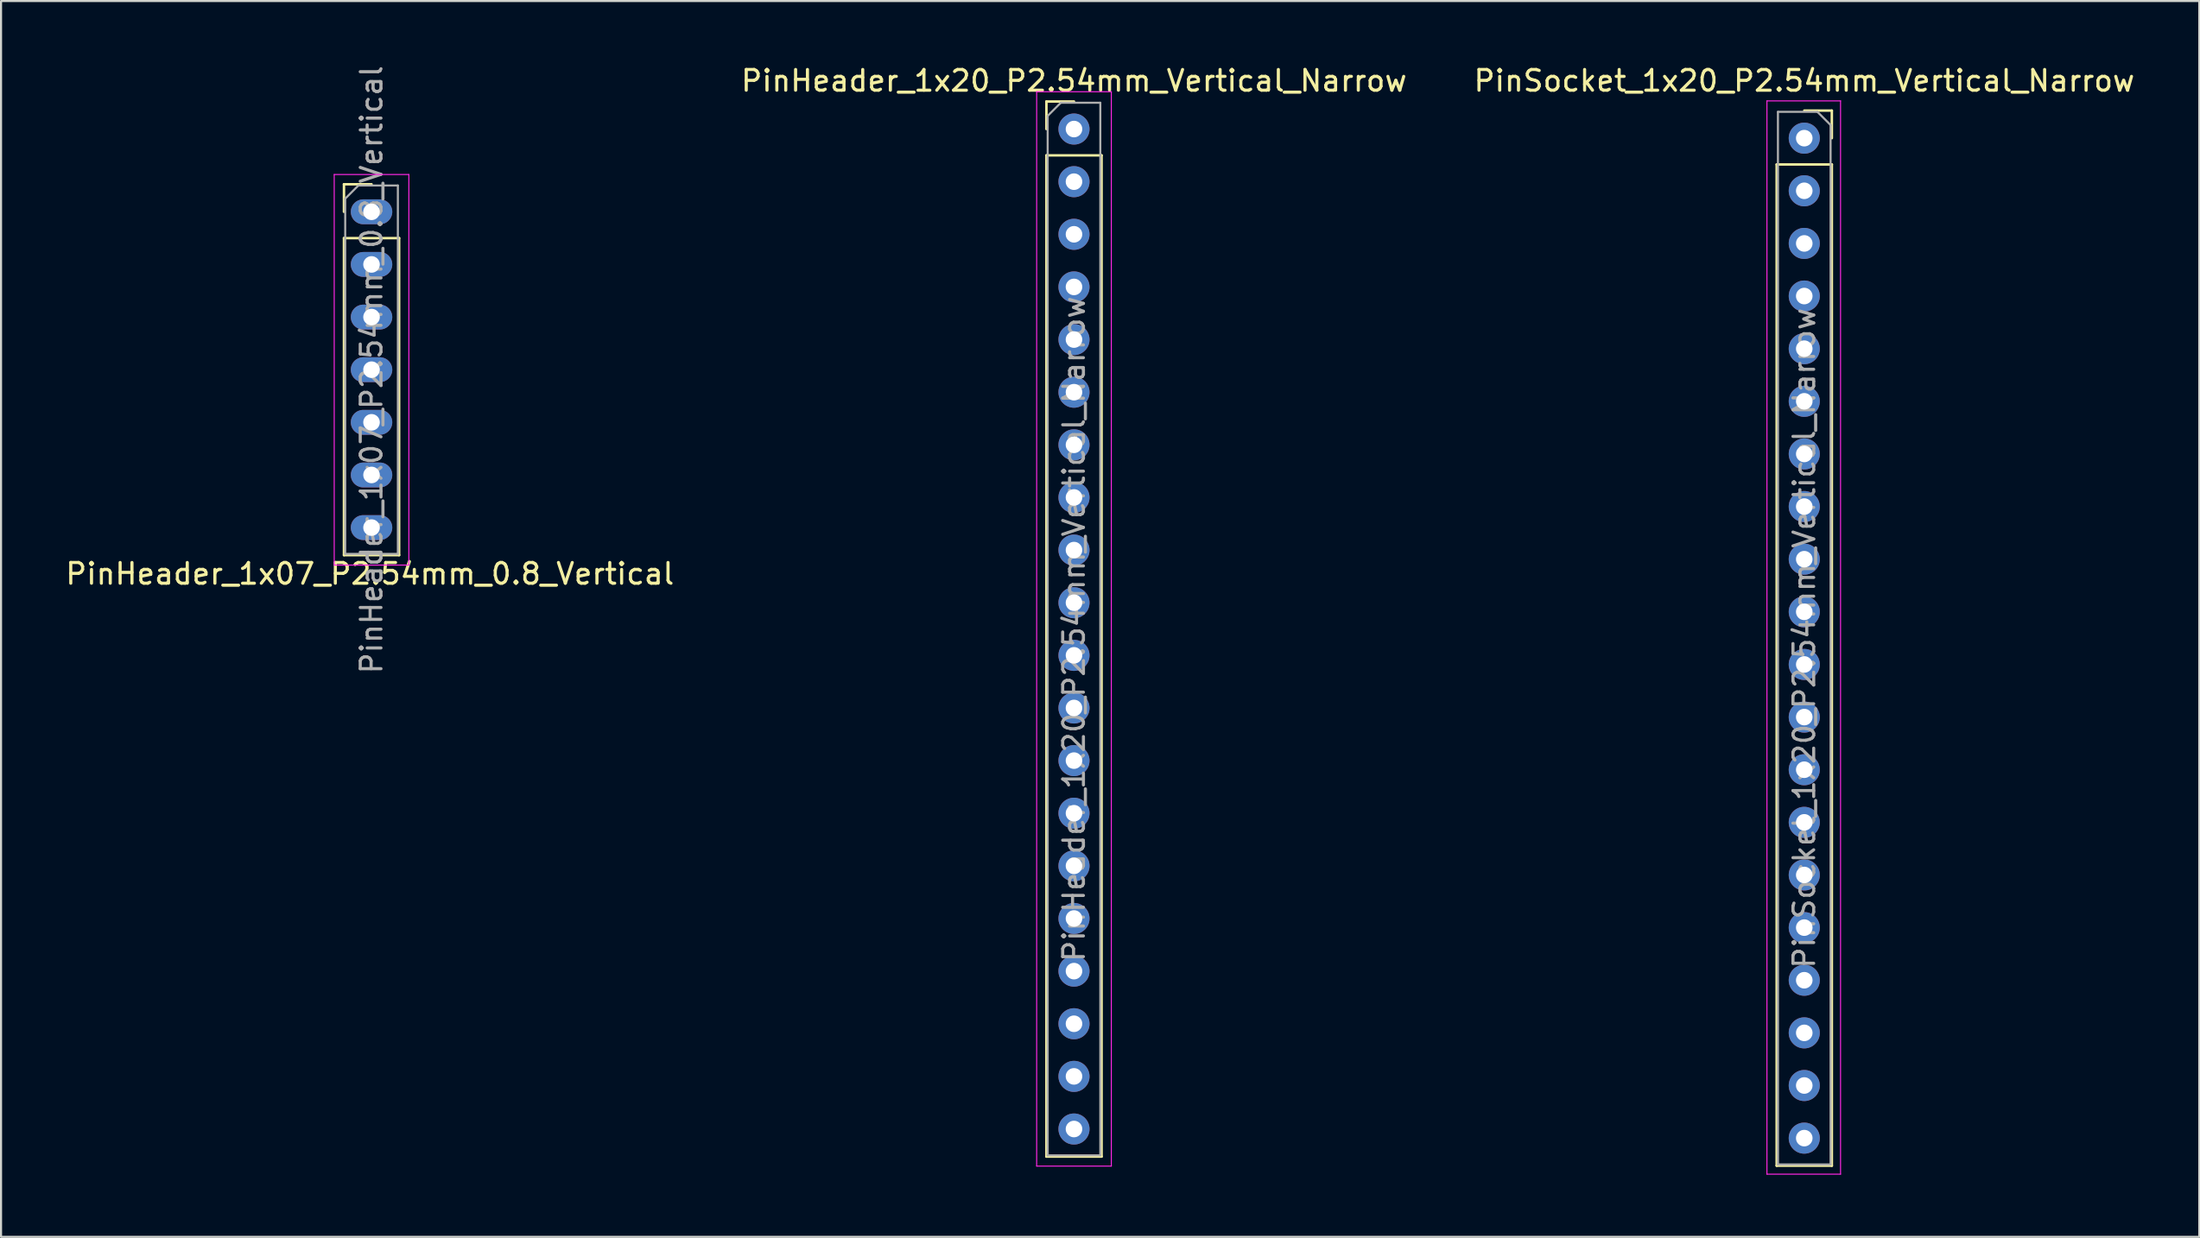
<source format=kicad_pcb>
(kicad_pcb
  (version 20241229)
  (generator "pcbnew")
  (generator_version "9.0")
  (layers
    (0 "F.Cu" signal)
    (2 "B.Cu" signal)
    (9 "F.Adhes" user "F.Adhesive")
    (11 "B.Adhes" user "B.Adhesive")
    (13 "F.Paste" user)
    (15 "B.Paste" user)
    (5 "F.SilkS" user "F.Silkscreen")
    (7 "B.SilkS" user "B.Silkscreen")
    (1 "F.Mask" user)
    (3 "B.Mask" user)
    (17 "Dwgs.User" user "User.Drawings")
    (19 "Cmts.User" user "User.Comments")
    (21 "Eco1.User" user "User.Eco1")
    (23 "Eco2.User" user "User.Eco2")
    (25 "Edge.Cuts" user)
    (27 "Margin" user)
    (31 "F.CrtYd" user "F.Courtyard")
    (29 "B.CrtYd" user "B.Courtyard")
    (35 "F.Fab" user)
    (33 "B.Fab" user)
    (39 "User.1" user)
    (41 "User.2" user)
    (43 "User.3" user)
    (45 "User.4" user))
  (footprint "PinHeader_1x07_P2.54mm_0.8_Vertical"
    (layer "F.Cu")
    (at 14.872 7.172)
    (property "Reference" "PinHeader_1x07_P2.54mm_0.8_Vertical" (at -0.08 17.47 0) (layer "F.SilkS") (effects (font (size 1 1) (thickness 0.15))))
    (attr through_hole)
    (fp_line (start -1.33 -1.33) (end 0 -1.33) (stroke (width 0.12) (type solid)) (layer "F.SilkS"))
    (fp_line (start -1.33 0) (end -1.33 -1.33) (stroke (width 0.12) (type solid)) (layer "F.SilkS"))
    (fp_line (start -1.33 1.27) (end -1.33 16.57) (stroke (width 0.12) (type solid)) (layer "F.SilkS"))
    (fp_line (start -1.33 1.27) (end 1.33 1.27) (stroke (width 0.12) (type solid)) (layer "F.SilkS"))
    (fp_line (start -1.33 16.57) (end 1.33 16.57) (stroke (width 0.12) (type solid)) (layer "F.SilkS"))
    (fp_line (start 1.33 1.27) (end 1.33 16.57) (stroke (width 0.12) (type solid)) (layer "F.SilkS"))
    (fp_line (start -1.8 -1.8) (end -1.8 17.05) (stroke (width 0.05) (type solid)) (layer "F.CrtYd"))
    (fp_line (start -1.8 17.05) (end 1.8 17.05) (stroke (width 0.05) (type solid)) (layer "F.CrtYd"))
    (fp_line (start 1.8 -1.8) (end -1.8 -1.8) (stroke (width 0.05) (type solid)) (layer "F.CrtYd"))
    (fp_line (start 1.8 17.05) (end 1.8 -1.8) (stroke (width 0.05) (type solid)) (layer "F.CrtYd"))
    (fp_line (start -1.27 -0.635) (end -0.635 -1.27) (stroke (width 0.1) (type solid)) (layer "F.Fab"))
    (fp_line (start -1.27 16.51) (end -1.27 -0.635) (stroke (width 0.1) (type solid)) (layer "F.Fab"))
    (fp_line (start -0.635 -1.27) (end 1.27 -1.27) (stroke (width 0.1) (type solid)) (layer "F.Fab"))
    (fp_line (start 1.27 -1.27) (end 1.27 16.51) (stroke (width 0.1) (type solid)) (layer "F.Fab"))
    (fp_line (start 1.27 16.51) (end -1.27 16.51) (stroke (width 0.1) (type solid)) (layer "F.Fab"))
    (fp_text user "${REFERENCE}" (at 0 7.62 90) (layer "F.Fab") (effects (font (size 1 1) (thickness 0.15))))
    (pad "1" thru_hole oval (at 0 0) (size 2 1.2) (drill 0.8) (layers "*.Cu" "*.Mask"))
    (pad "2" thru_hole oval (at 0 2.54) (size 2 1.2) (drill 0.8) (layers "*.Cu" "*.Mask"))
    (pad "3" thru_hole oval (at 0 5.08) (size 2 1.2) (drill 0.8) (layers "*.Cu" "*.Mask"))
    (pad "4" thru_hole oval (at 0 7.62) (size 2 1.2) (drill 0.8) (layers "*.Cu" "*.Mask"))
    (pad "5" thru_hole oval (at 0 10.16) (size 2 1.2) (drill 0.8) (layers "*.Cu" "*.Mask"))
    (pad "6" thru_hole oval (at 0 12.7) (size 2 1.2) (drill 0.8) (layers "*.Cu" "*.Mask"))
    (pad "7" thru_hole oval (at 0 15.24) (size 2 1.2) (drill 0.8) (layers "*.Cu" "*.Mask")))
  (footprint "PinHeader_1x20_P2.54mm_Vertical_Narrow"
    (layer "F.Cu")
    (at 48.756 3.178)
    (property "Reference" "PinHeader_1x20_P2.54mm_Vertical_Narrow" (at 0 -2.33 0) (layer "F.SilkS") (effects (font (size 1 1) (thickness 0.15))))
    (attr through_hole)
    (fp_line (start -1.33 -1.33) (end 0 -1.33) (stroke (width 0.12) (type solid)) (layer "F.SilkS"))
    (fp_line (start -1.33 0) (end -1.33 -1.33) (stroke (width 0.12) (type solid)) (layer "F.SilkS"))
    (fp_line (start -1.33 1.27) (end -1.33 49.59) (stroke (width 0.12) (type solid)) (layer "F.SilkS"))
    (fp_line (start -1.33 1.27) (end 1.33 1.27) (stroke (width 0.12) (type solid)) (layer "F.SilkS"))
    (fp_line (start -1.33 49.59) (end 1.33 49.59) (stroke (width 0.12) (type solid)) (layer "F.SilkS"))
    (fp_line (start 1.33 1.27) (end 1.33 49.59) (stroke (width 0.12) (type solid)) (layer "F.SilkS"))
    (fp_line (start -1.8 -1.8) (end -1.8 50.05) (stroke (width 0.05) (type solid)) (layer "F.CrtYd"))
    (fp_line (start -1.8 50.05) (end 1.8 50.05) (stroke (width 0.05) (type solid)) (layer "F.CrtYd"))
    (fp_line (start 1.8 -1.8) (end -1.8 -1.8) (stroke (width 0.05) (type solid)) (layer "F.CrtYd"))
    (fp_line (start 1.8 50.05) (end 1.8 -1.8) (stroke (width 0.05) (type solid)) (layer "F.CrtYd"))
    (fp_line (start -1.27 -0.635) (end -0.635 -1.27) (stroke (width 0.1) (type solid)) (layer "F.Fab"))
    (fp_line (start -1.27 49.53) (end -1.27 -0.635) (stroke (width 0.1) (type solid)) (layer "F.Fab"))
    (fp_line (start -0.635 -1.27) (end 1.27 -1.27) (stroke (width 0.1) (type solid)) (layer "F.Fab"))
    (fp_line (start 1.27 -1.27) (end 1.27 49.53) (stroke (width 0.1) (type solid)) (layer "F.Fab"))
    (fp_line (start 1.27 49.53) (end -1.27 49.53) (stroke (width 0.1) (type solid)) (layer "F.Fab"))
    (fp_text user "${REFERENCE}" (at 0 24.13 90) (layer "F.Fab") (effects (font (size 1 1) (thickness 0.15))))
    (pad "1" thru_hole circle (at 0 0) (size 1.5 1.5) (drill 0.8) (layers "*.Cu" "*.Mask"))
    (pad "2" thru_hole circle (at 0 2.54) (size 1.5 1.5) (drill 0.8) (layers "*.Cu" "*.Mask"))
    (pad "3" thru_hole circle (at 0 5.08) (size 1.5 1.5) (drill 0.8) (layers "*.Cu" "*.Mask"))
    (pad "4" thru_hole circle (at 0 7.62) (size 1.5 1.5) (drill 0.8) (layers "*.Cu" "*.Mask"))
    (pad "5" thru_hole circle (at 0 10.16) (size 1.5 1.5) (drill 0.8) (layers "*.Cu" "*.Mask"))
    (pad "6" thru_hole circle (at 0 12.7) (size 1.5 1.5) (drill 0.8) (layers "*.Cu" "*.Mask"))
    (pad "7" thru_hole circle (at 0 15.24) (size 1.5 1.5) (drill 0.8) (layers "*.Cu" "*.Mask"))
    (pad "8" thru_hole circle (at 0 17.78) (size 1.5 1.5) (drill 0.8) (layers "*.Cu" "*.Mask"))
    (pad "9" thru_hole circle (at 0 20.32) (size 1.5 1.5) (drill 0.8) (layers "*.Cu" "*.Mask"))
    (pad "10" thru_hole circle (at 0 22.86) (size 1.5 1.5) (drill 0.8) (layers "*.Cu" "*.Mask"))
    (pad "11" thru_hole circle (at 0 25.4) (size 1.5 1.5) (drill 0.8) (layers "*.Cu" "*.Mask"))
    (pad "12" thru_hole circle (at 0 27.94) (size 1.5 1.5) (drill 0.8) (layers "*.Cu" "*.Mask"))
    (pad "13" thru_hole circle (at 0 30.48) (size 1.5 1.5) (drill 0.8) (layers "*.Cu" "*.Mask"))
    (pad "14" thru_hole circle (at 0 33.02) (size 1.5 1.5) (drill 0.8) (layers "*.Cu" "*.Mask"))
    (pad "15" thru_hole circle (at 0 35.56) (size 1.5 1.5) (drill 0.8) (layers "*.Cu" "*.Mask"))
    (pad "16" thru_hole circle (at 0 38.1) (size 1.5 1.5) (drill 0.8) (layers "*.Cu" "*.Mask"))
    (pad "17" thru_hole circle (at 0 40.64) (size 1.5 1.5) (drill 0.8) (layers "*.Cu" "*.Mask"))
    (pad "18" thru_hole circle (at 0 43.18) (size 1.5 1.5) (drill 0.8) (layers "*.Cu" "*.Mask"))
    (pad "19" thru_hole circle (at 0 45.72) (size 1.5 1.5) (drill 0.8) (layers "*.Cu" "*.Mask"))
    (pad "20" thru_hole circle (at 0 48.26) (size 1.5 1.5) (drill 0.8) (layers "*.Cu" "*.Mask")))
  (footprint "PinSocket_1x20_P2.54mm_Vertical_Narrow"
    (layer "F.Cu")
    (at 83.982 3.618)
    (property "Reference" "PinSocket_1x20_P2.54mm_Vertical_Narrow" (at 0 -2.77 0) (layer "F.SilkS") (effects (font (size 1 1) (thickness 0.15))))
    (attr through_hole)
    (fp_line (start -1.33 1.27) (end -1.33 49.59) (stroke (width 0.12) (type solid)) (layer "F.SilkS"))
    (fp_line (start -1.33 1.27) (end 1.33 1.27) (stroke (width 0.12) (type solid)) (layer "F.SilkS"))
    (fp_line (start -1.33 49.59) (end 1.33 49.59) (stroke (width 0.12) (type solid)) (layer "F.SilkS"))
    (fp_line (start 0 -1.33) (end 1.33 -1.33) (stroke (width 0.12) (type solid)) (layer "F.SilkS"))
    (fp_line (start 1.33 -1.33) (end 1.33 0) (stroke (width 0.12) (type solid)) (layer "F.SilkS"))
    (fp_line (start 1.33 1.27) (end 1.33 49.59) (stroke (width 0.12) (type solid)) (layer "F.SilkS"))
    (fp_line (start -1.8 -1.8) (end 1.75 -1.8) (stroke (width 0.05) (type solid)) (layer "F.CrtYd"))
    (fp_line (start -1.8 50) (end -1.8 -1.8) (stroke (width 0.05) (type solid)) (layer "F.CrtYd"))
    (fp_line (start 1.75 -1.8) (end 1.75 50) (stroke (width 0.05) (type solid)) (layer "F.CrtYd"))
    (fp_line (start 1.75 50) (end -1.8 50) (stroke (width 0.05) (type solid)) (layer "F.CrtYd"))
    (fp_line (start -1.27 -1.27) (end 0.635 -1.27) (stroke (width 0.1) (type solid)) (layer "F.Fab"))
    (fp_line (start -1.27 49.53) (end -1.27 -1.27) (stroke (width 0.1) (type solid)) (layer "F.Fab"))
    (fp_line (start 0.635 -1.27) (end 1.27 -0.635) (stroke (width 0.1) (type solid)) (layer "F.Fab"))
    (fp_line (start 1.27 -0.635) (end 1.27 49.53) (stroke (width 0.1) (type solid)) (layer "F.Fab"))
    (fp_line (start 1.27 49.53) (end -1.27 49.53) (stroke (width 0.1) (type solid)) (layer "F.Fab"))
    (fp_text user "${REFERENCE}" (at 0 24.13 90) (layer "F.Fab") (effects (font (size 1 1) (thickness 0.15))))
    (pad "1" thru_hole circle (at 0 0) (size 1.5 1.5) (drill 0.8) (layers "*.Cu" "*.Mask"))
    (pad "2" thru_hole circle (at 0 2.54) (size 1.5 1.5) (drill 0.8) (layers "*.Cu" "*.Mask"))
    (pad "3" thru_hole circle (at 0 5.08) (size 1.5 1.5) (drill 0.8) (layers "*.Cu" "*.Mask"))
    (pad "4" thru_hole circle (at 0 7.62) (size 1.5 1.5) (drill 0.8) (layers "*.Cu" "*.Mask"))
    (pad "5" thru_hole circle (at 0 10.16) (size 1.5 1.5) (drill 0.8) (layers "*.Cu" "*.Mask"))
    (pad "6" thru_hole circle (at 0 12.7) (size 1.5 1.5) (drill 0.8) (layers "*.Cu" "*.Mask"))
    (pad "7" thru_hole circle (at 0 15.24) (size 1.5 1.5) (drill 0.8) (layers "*.Cu" "*.Mask"))
    (pad "8" thru_hole circle (at 0 17.78) (size 1.5 1.5) (drill 0.8) (layers "*.Cu" "*.Mask"))
    (pad "9" thru_hole circle (at 0 20.32) (size 1.5 1.5) (drill 0.8) (layers "*.Cu" "*.Mask"))
    (pad "10" thru_hole circle (at 0 22.86) (size 1.5 1.5) (drill 0.8) (layers "*.Cu" "*.Mask"))
    (pad "11" thru_hole circle (at 0 25.4) (size 1.5 1.5) (drill 0.8) (layers "*.Cu" "*.Mask"))
    (pad "12" thru_hole circle (at 0 27.94) (size 1.5 1.5) (drill 0.8) (layers "*.Cu" "*.Mask"))
    (pad "13" thru_hole circle (at 0 30.48) (size 1.5 1.5) (drill 0.8) (layers "*.Cu" "*.Mask"))
    (pad "14" thru_hole circle (at 0 33.02) (size 1.5 1.5) (drill 0.8) (layers "*.Cu" "*.Mask"))
    (pad "15" thru_hole circle (at 0 35.56) (size 1.5 1.5) (drill 0.8) (layers "*.Cu" "*.Mask"))
    (pad "16" thru_hole circle (at 0 38.1) (size 1.5 1.5) (drill 0.8) (layers "*.Cu" "*.Mask"))
    (pad "17" thru_hole circle (at 0 40.64) (size 1.5 1.5) (drill 0.8) (layers "*.Cu" "*.Mask"))
    (pad "18" thru_hole circle (at 0 43.18) (size 1.5 1.5) (drill 0.8) (layers "*.Cu" "*.Mask"))
    (pad "19" thru_hole circle (at 0 45.72) (size 1.5 1.5) (drill 0.8) (layers "*.Cu" "*.Mask"))
    (pad "20" thru_hole circle (at 0 48.26) (size 1.5 1.5) (drill 0.8) (layers "*.Cu" "*.Mask")))
  (gr_rect
    (start -3 -3)
    (end 103.036 56.643)
    (stroke (width 0.1) (type default))
    (fill no)
    (layer "Edge.Cuts")))
</source>
